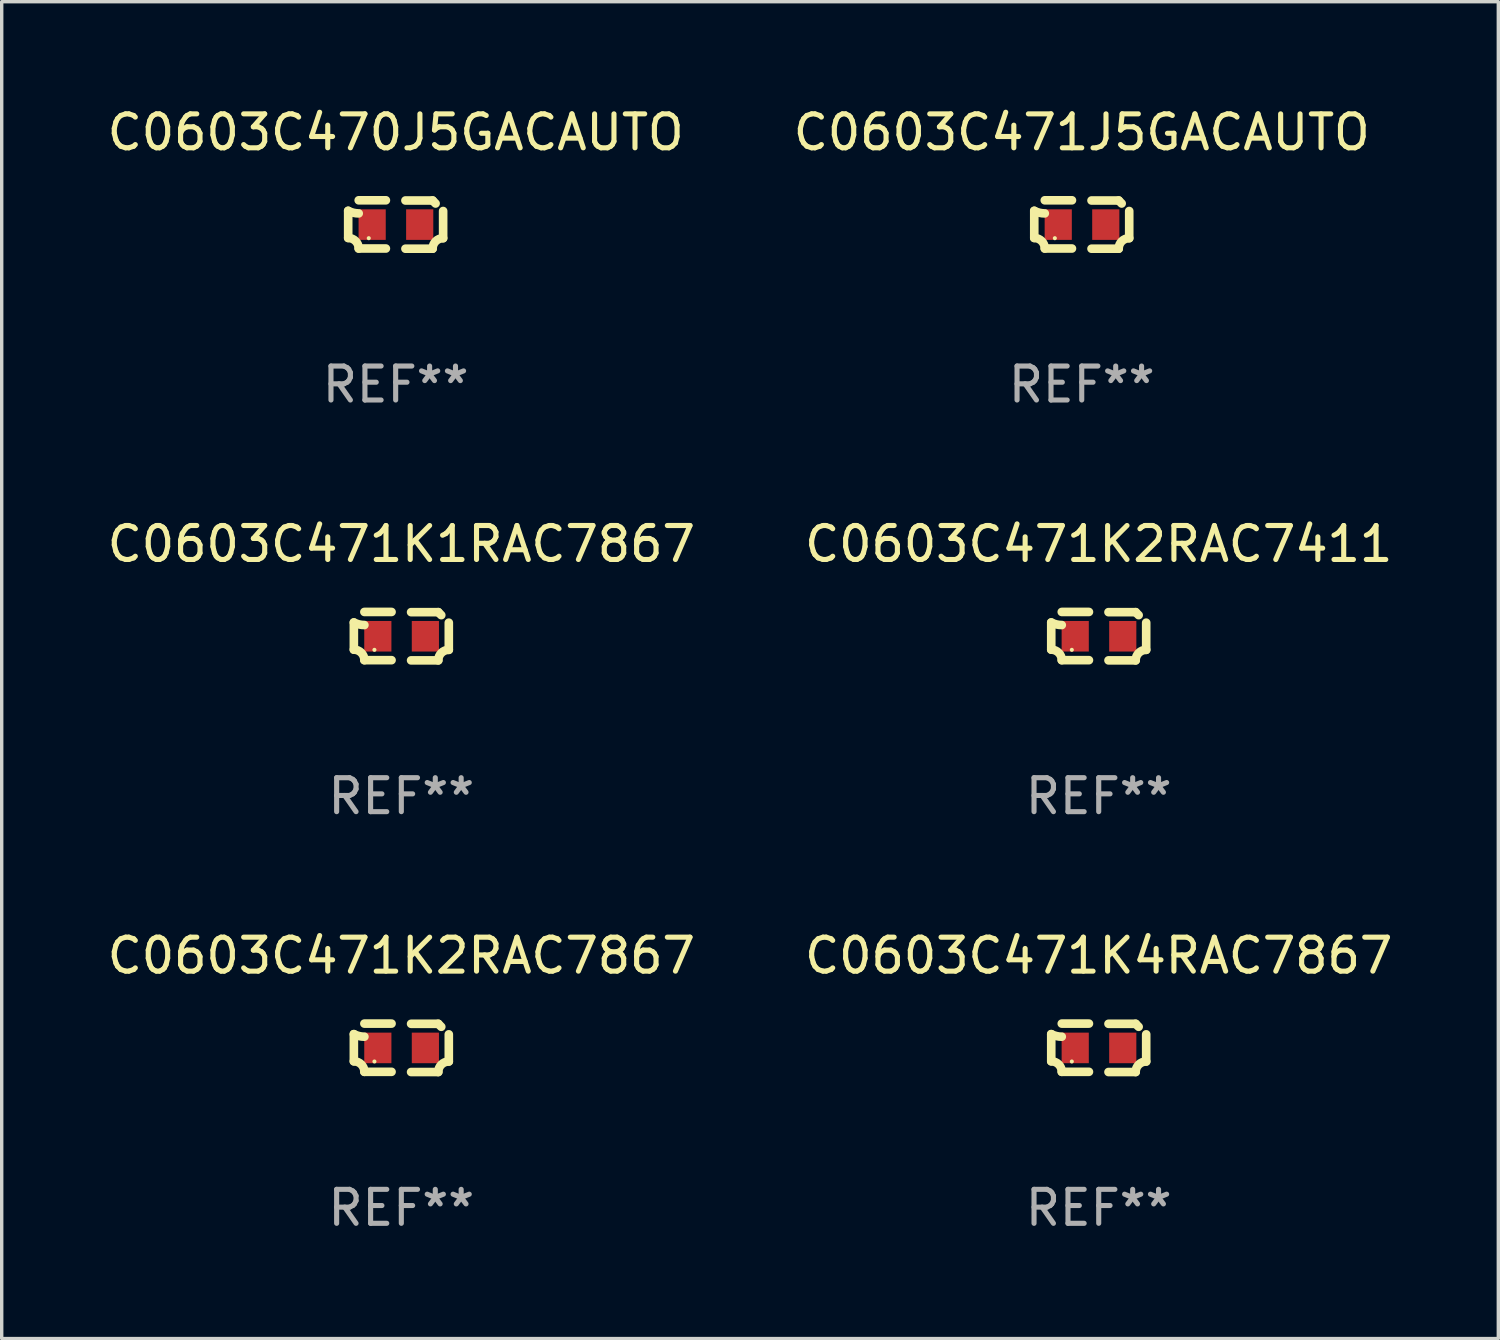
<source format=kicad_pcb>
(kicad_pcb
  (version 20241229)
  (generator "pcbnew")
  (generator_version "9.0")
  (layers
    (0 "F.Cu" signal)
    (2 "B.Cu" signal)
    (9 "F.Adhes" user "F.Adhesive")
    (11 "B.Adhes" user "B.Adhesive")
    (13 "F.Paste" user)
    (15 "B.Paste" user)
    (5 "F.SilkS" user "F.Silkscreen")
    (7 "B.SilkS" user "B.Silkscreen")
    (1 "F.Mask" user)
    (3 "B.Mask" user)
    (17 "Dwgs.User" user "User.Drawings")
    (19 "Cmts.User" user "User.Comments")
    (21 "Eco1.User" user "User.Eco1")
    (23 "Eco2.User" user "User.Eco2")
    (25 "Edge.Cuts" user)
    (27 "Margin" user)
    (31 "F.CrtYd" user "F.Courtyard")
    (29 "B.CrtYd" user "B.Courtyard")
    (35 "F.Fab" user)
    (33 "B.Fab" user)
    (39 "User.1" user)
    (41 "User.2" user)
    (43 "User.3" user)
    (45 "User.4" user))
  (footprint "C0603C471K4RAC7867"
    (layer "F.Cu")
    (at 29.304 27.805)
    (property "Reference" "C0603C471K4RAC7867" (at 0 -2.713 0) (layer "F.SilkS") (effects (font (size 1 1) (thickness 0.15))))
    (attr through_hole)
    (fp_line (start -1.398 -0.403) (end -1.398 0.397) (stroke (width 0.254) (type solid)) (layer "F.SilkS"))
    (fp_line (start -0.288 -0.713) (end -1.088 -0.713) (stroke (width 0.254) (type solid)) (layer "F.SilkS"))
    (fp_line (start -0.288 0.707) (end -1.088 0.707) (stroke (width 0.254) (type solid)) (layer "F.SilkS"))
    (fp_line (start 0.288 -0.707) (end 1.088 -0.707) (stroke (width 0.254) (type solid)) (layer "F.SilkS"))
    (fp_line (start 0.288 0.713) (end 1.088 0.713) (stroke (width 0.254) (type solid)) (layer "F.SilkS"))
    (fp_line (start 1.398 -0.397) (end 1.398 0.403) (stroke (width 0.254) (type solid)) (layer "F.SilkS"))
    (fp_arc (start -1.397789 0.397066) (mid -1.178701 0.487826) (end -1.08796 0.706922) (stroke (width 0.254001) (type solid)) (layer "F.SilkS"))
    (fp_arc (start -1.08796 -0.327176) (mid -1.247436 -0.346384) (end -1.39779 -0.402908) (stroke (width 0.254001) (type solid)) (layer "F.SilkS"))
    (fp_arc (start 1.087909 0.712738) (mid 1.178656 0.493655) (end 1.397739 0.402908) (stroke (width 0.254001) (type solid)) (layer "F.SilkS"))
    (fp_arc (start 1.175925 -0.618926) (mid 1.131917 -0.662923) (end 1.08791 -0.706922) (stroke (width 0.254001) (type solid)) (layer "F.SilkS"))
    (fp_circle (center -0.792 0.403) (end -0.762 0.403) (stroke (width 0.06) (type solid)) (fill no) (layer "F.SilkS"))
    (fp_text user "REF**" (at 0 4.713 0) (layer "F.Fab") (effects (font (size 1 1) (thickness 0.15))))
    (pad "1" smd rect (at -0.692 0.003) (size 0.8 0.9) (layers "F.Cu" "F.Mask" "F.Paste"))
    (pad "2" smd rect (at 0.708 0.003) (size 0.8 0.9) (layers "F.Cu" "F.Mask" "F.Paste")))
  (footprint "C0603C471K1RAC7867"
    (layer "F.Cu")
    (at 8.768 15.683)
    (property "Reference" "C0603C471K1RAC7867" (at 0 -2.713 0) (layer "F.SilkS") (effects (font (size 1 1) (thickness 0.15))))
    (attr through_hole)
    (fp_line (start -1.398 -0.403) (end -1.398 0.397) (stroke (width 0.254) (type solid)) (layer "F.SilkS"))
    (fp_line (start -0.288 -0.713) (end -1.088 -0.713) (stroke (width 0.254) (type solid)) (layer "F.SilkS"))
    (fp_line (start -0.288 0.707) (end -1.088 0.707) (stroke (width 0.254) (type solid)) (layer "F.SilkS"))
    (fp_line (start 0.288 -0.707) (end 1.088 -0.707) (stroke (width 0.254) (type solid)) (layer "F.SilkS"))
    (fp_line (start 0.288 0.713) (end 1.088 0.713) (stroke (width 0.254) (type solid)) (layer "F.SilkS"))
    (fp_line (start 1.398 -0.397) (end 1.398 0.403) (stroke (width 0.254) (type solid)) (layer "F.SilkS"))
    (fp_arc (start -1.397789 0.397066) (mid -1.178701 0.487826) (end -1.08796 0.706922) (stroke (width 0.254001) (type solid)) (layer "F.SilkS"))
    (fp_arc (start -1.08796 -0.327176) (mid -1.247436 -0.346384) (end -1.39779 -0.402908) (stroke (width 0.254001) (type solid)) (layer "F.SilkS"))
    (fp_arc (start 1.087909 0.712738) (mid 1.178656 0.493655) (end 1.397739 0.402908) (stroke (width 0.254001) (type solid)) (layer "F.SilkS"))
    (fp_arc (start 1.175925 -0.618926) (mid 1.131917 -0.662923) (end 1.08791 -0.706922) (stroke (width 0.254001) (type solid)) (layer "F.SilkS"))
    (fp_circle (center -0.792 0.403) (end -0.762 0.403) (stroke (width 0.06) (type solid)) (fill no) (layer "F.SilkS"))
    (fp_text user "REF**" (at 0 4.713 0) (layer "F.Fab") (effects (font (size 1 1) (thickness 0.15))))
    (pad "1" smd rect (at -0.692 0.003) (size 0.8 0.9) (layers "F.Cu" "F.Mask" "F.Paste"))
    (pad "2" smd rect (at 0.708 0.003) (size 0.8 0.9) (layers "F.Cu" "F.Mask" "F.Paste")))
  (footprint "C0603C470J5GACAUTO"
    (layer "F.Cu")
    (at 8.601 3.561)
    (property "Reference" "C0603C470J5GACAUTO" (at 0 -2.713 0) (layer "F.SilkS") (effects (font (size 1 1) (thickness 0.15))))
    (attr through_hole)
    (fp_line (start -1.398 -0.403) (end -1.398 0.397) (stroke (width 0.254) (type solid)) (layer "F.SilkS"))
    (fp_line (start -0.288 -0.713) (end -1.088 -0.713) (stroke (width 0.254) (type solid)) (layer "F.SilkS"))
    (fp_line (start -0.288 0.707) (end -1.088 0.707) (stroke (width 0.254) (type solid)) (layer "F.SilkS"))
    (fp_line (start 0.288 -0.707) (end 1.088 -0.707) (stroke (width 0.254) (type solid)) (layer "F.SilkS"))
    (fp_line (start 0.288 0.713) (end 1.088 0.713) (stroke (width 0.254) (type solid)) (layer "F.SilkS"))
    (fp_line (start 1.398 -0.397) (end 1.398 0.403) (stroke (width 0.254) (type solid)) (layer "F.SilkS"))
    (fp_arc (start -1.397789 0.397066) (mid -1.178701 0.487826) (end -1.08796 0.706922) (stroke (width 0.254001) (type solid)) (layer "F.SilkS"))
    (fp_arc (start -1.08796 -0.327176) (mid -1.247436 -0.346384) (end -1.39779 -0.402908) (stroke (width 0.254001) (type solid)) (layer "F.SilkS"))
    (fp_arc (start 1.087909 0.712738) (mid 1.178656 0.493655) (end 1.397739 0.402908) (stroke (width 0.254001) (type solid)) (layer "F.SilkS"))
    (fp_arc (start 1.175925 -0.618926) (mid 1.131917 -0.662923) (end 1.08791 -0.706922) (stroke (width 0.254001) (type solid)) (layer "F.SilkS"))
    (fp_circle (center -0.792 0.403) (end -0.762 0.403) (stroke (width 0.06) (type solid)) (fill no) (layer "F.SilkS"))
    (fp_text user "REF**" (at 0 4.713 0) (layer "F.Fab") (effects (font (size 1 1) (thickness 0.15))))
    (pad "1" smd rect (at -0.692 0.003) (size 0.8 0.9) (layers "F.Cu" "F.Mask" "F.Paste"))
    (pad "2" smd rect (at 0.708 0.003) (size 0.8 0.9) (layers "F.Cu" "F.Mask" "F.Paste")))
  (footprint "C0603C471K2RAC7867"
    (layer "F.Cu")
    (at 8.768 27.805)
    (property "Reference" "C0603C471K2RAC7867" (at 0 -2.713 0) (layer "F.SilkS") (effects (font (size 1 1) (thickness 0.15))))
    (attr through_hole)
    (fp_line (start -1.398 -0.403) (end -1.398 0.397) (stroke (width 0.254) (type solid)) (layer "F.SilkS"))
    (fp_line (start -0.288 -0.713) (end -1.088 -0.713) (stroke (width 0.254) (type solid)) (layer "F.SilkS"))
    (fp_line (start -0.288 0.707) (end -1.088 0.707) (stroke (width 0.254) (type solid)) (layer "F.SilkS"))
    (fp_line (start 0.288 -0.707) (end 1.088 -0.707) (stroke (width 0.254) (type solid)) (layer "F.SilkS"))
    (fp_line (start 0.288 0.713) (end 1.088 0.713) (stroke (width 0.254) (type solid)) (layer "F.SilkS"))
    (fp_line (start 1.398 -0.397) (end 1.398 0.403) (stroke (width 0.254) (type solid)) (layer "F.SilkS"))
    (fp_arc (start -1.397789 0.397066) (mid -1.178701 0.487826) (end -1.08796 0.706922) (stroke (width 0.254001) (type solid)) (layer "F.SilkS"))
    (fp_arc (start -1.08796 -0.327176) (mid -1.247436 -0.346384) (end -1.39779 -0.402908) (stroke (width 0.254001) (type solid)) (layer "F.SilkS"))
    (fp_arc (start 1.087909 0.712738) (mid 1.178656 0.493655) (end 1.397739 0.402908) (stroke (width 0.254001) (type solid)) (layer "F.SilkS"))
    (fp_arc (start 1.175925 -0.618926) (mid 1.131917 -0.662923) (end 1.08791 -0.706922) (stroke (width 0.254001) (type solid)) (layer "F.SilkS"))
    (fp_circle (center -0.792 0.403) (end -0.762 0.403) (stroke (width 0.06) (type solid)) (fill no) (layer "F.SilkS"))
    (fp_text user "REF**" (at 0 4.713 0) (layer "F.Fab") (effects (font (size 1 1) (thickness 0.15))))
    (pad "1" smd rect (at -0.692 0.003) (size 0.8 0.9) (layers "F.Cu" "F.Mask" "F.Paste"))
    (pad "2" smd rect (at 0.708 0.003) (size 0.8 0.9) (layers "F.Cu" "F.Mask" "F.Paste")))
  (footprint "C0603C471J5GACAUTO"
    (layer "F.Cu")
    (at 28.804 3.561)
    (property "Reference" "C0603C471J5GACAUTO" (at 0 -2.713 0) (layer "F.SilkS") (effects (font (size 1 1) (thickness 0.15))))
    (attr through_hole)
    (fp_line (start -1.398 -0.403) (end -1.398 0.397) (stroke (width 0.254) (type solid)) (layer "F.SilkS"))
    (fp_line (start -0.288 -0.713) (end -1.088 -0.713) (stroke (width 0.254) (type solid)) (layer "F.SilkS"))
    (fp_line (start -0.288 0.707) (end -1.088 0.707) (stroke (width 0.254) (type solid)) (layer "F.SilkS"))
    (fp_line (start 0.288 -0.707) (end 1.088 -0.707) (stroke (width 0.254) (type solid)) (layer "F.SilkS"))
    (fp_line (start 0.288 0.713) (end 1.088 0.713) (stroke (width 0.254) (type solid)) (layer "F.SilkS"))
    (fp_line (start 1.398 -0.397) (end 1.398 0.403) (stroke (width 0.254) (type solid)) (layer "F.SilkS"))
    (fp_arc (start -1.397789 0.397066) (mid -1.178701 0.487826) (end -1.08796 0.706922) (stroke (width 0.254001) (type solid)) (layer "F.SilkS"))
    (fp_arc (start -1.08796 -0.327176) (mid -1.247436 -0.346384) (end -1.39779 -0.402908) (stroke (width 0.254001) (type solid)) (layer "F.SilkS"))
    (fp_arc (start 1.087909 0.712738) (mid 1.178656 0.493655) (end 1.397739 0.402908) (stroke (width 0.254001) (type solid)) (layer "F.SilkS"))
    (fp_arc (start 1.175925 -0.618926) (mid 1.131917 -0.662923) (end 1.08791 -0.706922) (stroke (width 0.254001) (type solid)) (layer "F.SilkS"))
    (fp_circle (center -0.792 0.403) (end -0.762 0.403) (stroke (width 0.06) (type solid)) (fill no) (layer "F.SilkS"))
    (fp_text user "REF**" (at 0 4.713 0) (layer "F.Fab") (effects (font (size 1 1) (thickness 0.15))))
    (pad "1" smd rect (at -0.692 0.003) (size 0.8 0.9) (layers "F.Cu" "F.Mask" "F.Paste"))
    (pad "2" smd rect (at 0.708 0.003) (size 0.8 0.9) (layers "F.Cu" "F.Mask" "F.Paste")))
  (footprint "C0603C471K2RAC7411"
    (layer "F.Cu")
    (at 29.304 15.683)
    (property "Reference" "C0603C471K2RAC7411" (at 0 -2.713 0) (layer "F.SilkS") (effects (font (size 1 1) (thickness 0.15))))
    (attr through_hole)
    (fp_line (start -1.398 -0.403) (end -1.398 0.397) (stroke (width 0.254) (type solid)) (layer "F.SilkS"))
    (fp_line (start -0.288 -0.713) (end -1.088 -0.713) (stroke (width 0.254) (type solid)) (layer "F.SilkS"))
    (fp_line (start -0.288 0.707) (end -1.088 0.707) (stroke (width 0.254) (type solid)) (layer "F.SilkS"))
    (fp_line (start 0.288 -0.707) (end 1.088 -0.707) (stroke (width 0.254) (type solid)) (layer "F.SilkS"))
    (fp_line (start 0.288 0.713) (end 1.088 0.713) (stroke (width 0.254) (type solid)) (layer "F.SilkS"))
    (fp_line (start 1.398 -0.397) (end 1.398 0.403) (stroke (width 0.254) (type solid)) (layer "F.SilkS"))
    (fp_arc (start -1.397789 0.397066) (mid -1.178701 0.487826) (end -1.08796 0.706922) (stroke (width 0.254001) (type solid)) (layer "F.SilkS"))
    (fp_arc (start -1.08796 -0.327176) (mid -1.247436 -0.346384) (end -1.39779 -0.402908) (stroke (width 0.254001) (type solid)) (layer "F.SilkS"))
    (fp_arc (start 1.087909 0.712738) (mid 1.178656 0.493655) (end 1.397739 0.402908) (stroke (width 0.254001) (type solid)) (layer "F.SilkS"))
    (fp_arc (start 1.175925 -0.618926) (mid 1.131917 -0.662923) (end 1.08791 -0.706922) (stroke (width 0.254001) (type solid)) (layer "F.SilkS"))
    (fp_circle (center -0.792 0.403) (end -0.762 0.403) (stroke (width 0.06) (type solid)) (fill no) (layer "F.SilkS"))
    (fp_text user "REF**" (at 0 4.713 0) (layer "F.Fab") (effects (font (size 1 1) (thickness 0.15))))
    (pad "1" smd rect (at -0.692 0.003) (size 0.8 0.9) (layers "F.Cu" "F.Mask" "F.Paste"))
    (pad "2" smd rect (at 0.708 0.003) (size 0.8 0.9) (layers "F.Cu" "F.Mask" "F.Paste")))
  (gr_rect
    (start -3 -3)
    (end 41.071 36.366)
    (stroke (width 0.1) (type default))
    (fill no)
    (layer "Edge.Cuts")))
</source>
